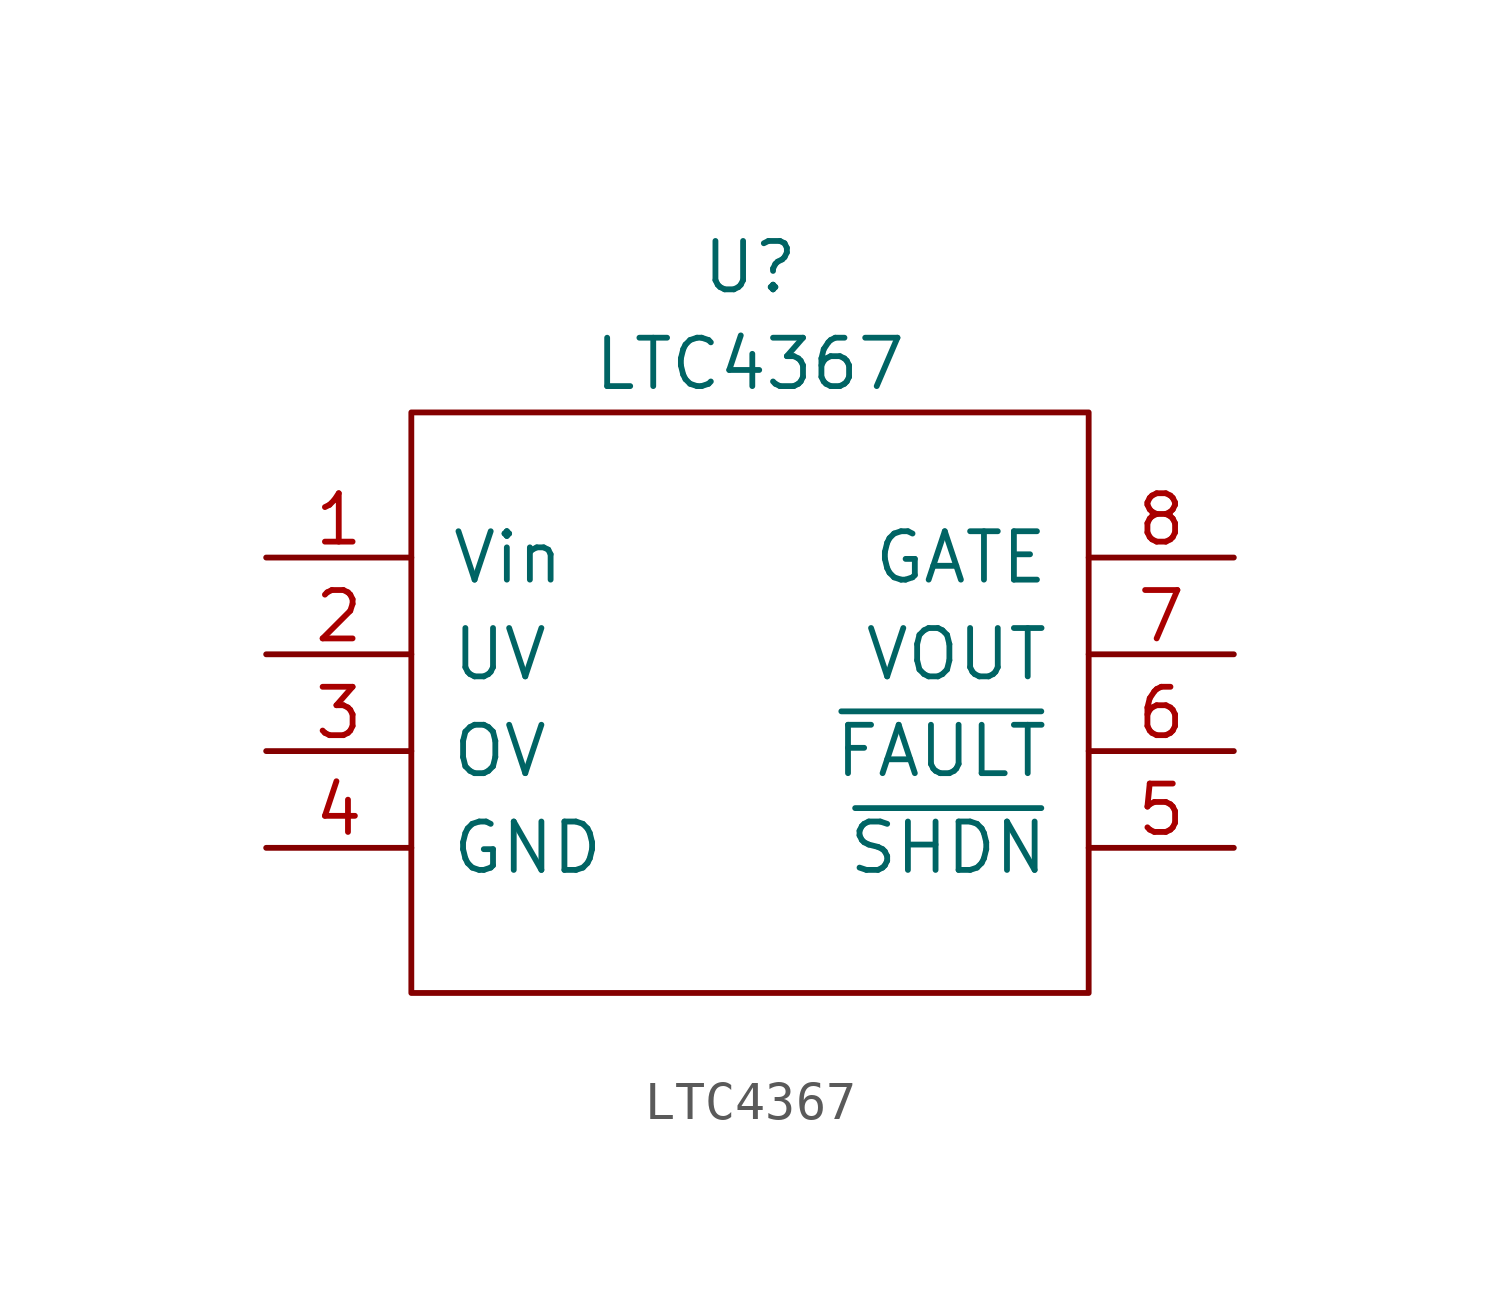
<source format=kicad_sym>
(kicad_symbol_lib
  (version 20220914)
  (generator kicad_symbol_editor)
  (symbol "LTC4367"
    (pin_names
      (offset 1.016))
    (property "Reference" "U"
      (at 0 11.43 0)
      (effects (font (size 1.27 1.27))))
    (property "Value" "LTC4367"
      (at 0 8.89 0)
      (effects (font (size 1.27 1.27))))
    (symbol "LTC4367_0_1"
      (rectangle (start -8.89 7.62) (end 8.89 -7.62) (stroke (width 0) (type default)) (fill (type none))))
    (symbol "LTC4367_1_1"
      (pin input line (at -12.7 3.81 0) (length 3.81) (name "Vin" (effects (font (size 1.27 1.27)))) (number "1" (effects (font (size 1.27 1.27)))))
      (pin input line (at -12.7 1.27 0) (length 3.81) (name "UV" (effects (font (size 1.27 1.27)))) (number "2" (effects (font (size 1.27 1.27)))))
      (pin input line (at -12.7 -1.27 0) (length 3.81) (name "OV" (effects (font (size 1.27 1.27)))) (number "3" (effects (font (size 1.27 1.27)))))
      (pin passive line (at -12.7 -3.81 0) (length 3.81) (name "GND" (effects (font (size 1.27 1.27)))) (number "4" (effects (font (size 1.27 1.27)))))
      (pin open_collector line (at 12.7 -3.81 180) (length 3.81) (name "~{SHDN}" (effects (font (size 1.27 1.27)))) (number "5" (effects (font (size 1.27 1.27)))))
      (pin open_collector line (at 12.7 -1.27 180) (length 3.81) (name "~{FAULT}" (effects (font (size 1.27 1.27)))) (number "6" (effects (font (size 1.27 1.27)))))
      (pin passive line (at 12.7 1.27 180) (length 3.81) (name "VOUT" (effects (font (size 1.27 1.27)))) (number "7" (effects (font (size 1.27 1.27)))))
      (pin output line (at 12.7 3.81 180) (length 3.81) (name "GATE" (effects (font (size 1.27 1.27)))) (number "8" (effects (font (size 1.27 1.27))))))))
</source>
